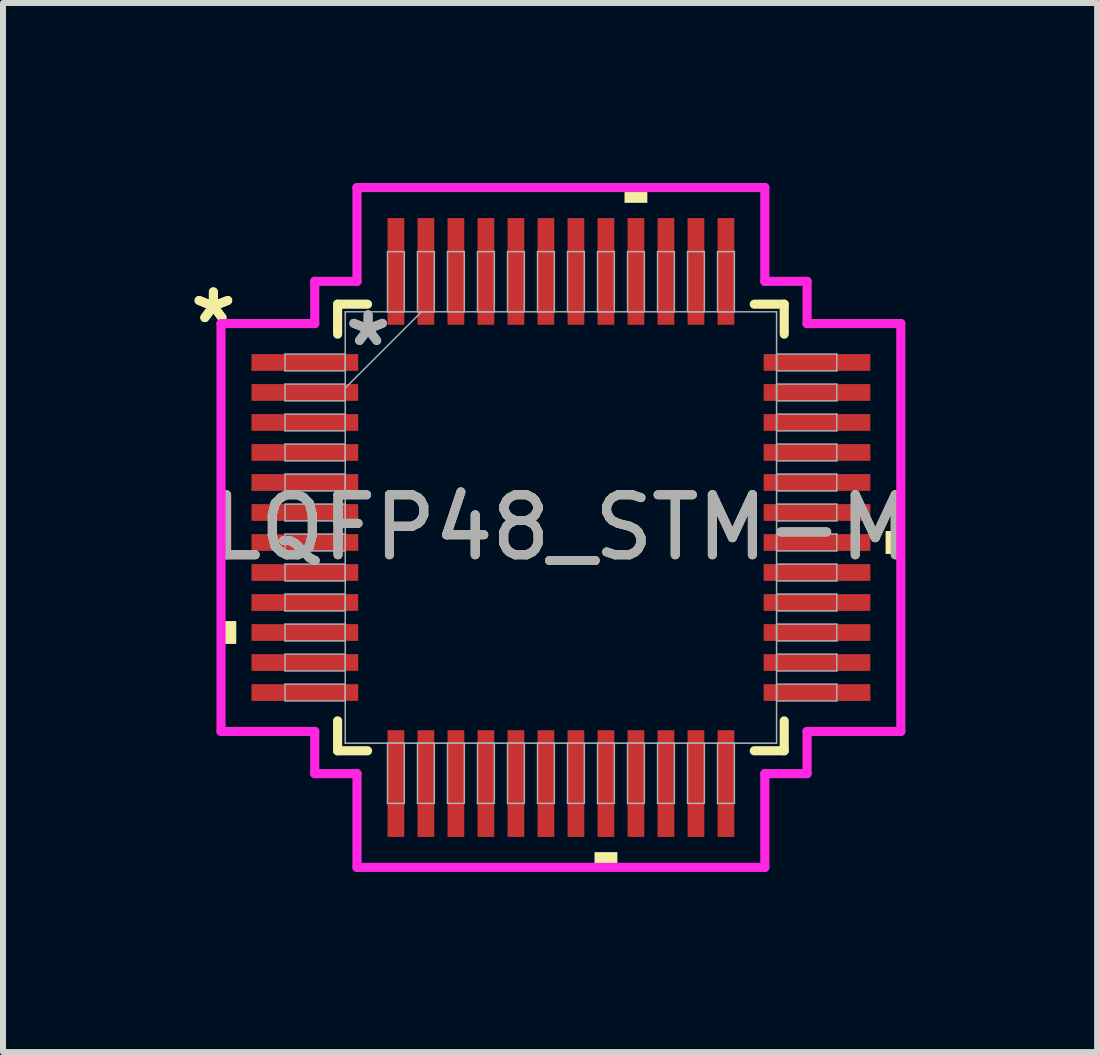
<source format=kicad_pcb>
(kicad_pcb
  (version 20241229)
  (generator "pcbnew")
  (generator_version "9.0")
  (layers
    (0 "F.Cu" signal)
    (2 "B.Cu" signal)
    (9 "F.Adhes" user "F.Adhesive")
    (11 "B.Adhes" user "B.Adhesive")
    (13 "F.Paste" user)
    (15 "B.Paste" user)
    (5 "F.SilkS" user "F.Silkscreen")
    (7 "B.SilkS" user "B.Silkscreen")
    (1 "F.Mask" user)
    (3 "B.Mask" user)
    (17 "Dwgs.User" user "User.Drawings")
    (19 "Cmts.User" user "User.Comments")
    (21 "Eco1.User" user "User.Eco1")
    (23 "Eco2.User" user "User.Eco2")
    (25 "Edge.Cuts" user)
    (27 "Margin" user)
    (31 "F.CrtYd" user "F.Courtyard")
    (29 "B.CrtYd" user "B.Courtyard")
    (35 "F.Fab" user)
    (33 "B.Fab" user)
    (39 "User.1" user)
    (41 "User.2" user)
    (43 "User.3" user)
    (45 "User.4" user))
  (footprint "LQFP48_STM-M"
    (layer "F.Cu")
    (at 6.297 5.74)
    (property "Reference" "LQFP48_STM-M" (at 0 0 0) (unlocked yes) (layer "F.SilkS") (effects (font (size 1 1) (thickness 0.15))))
    (attr smd)
    (fp_line (start -3.721 -3.721) (end -3.721 -3.222) (stroke (width 0.152) (type solid)) (layer "F.SilkS"))
    (fp_line (start -3.721 3.222) (end -3.721 3.721) (stroke (width 0.152) (type solid)) (layer "F.SilkS"))
    (fp_line (start -3.721 3.721) (end -3.222 3.721) (stroke (width 0.152) (type solid)) (layer "F.SilkS"))
    (fp_line (start -3.222 -3.721) (end -3.721 -3.721) (stroke (width 0.152) (type solid)) (layer "F.SilkS"))
    (fp_line (start 3.222 3.721) (end 3.721 3.721) (stroke (width 0.152) (type solid)) (layer "F.SilkS"))
    (fp_line (start 3.721 -3.721) (end 3.222 -3.721) (stroke (width 0.152) (type solid)) (layer "F.SilkS"))
    (fp_line (start 3.721 -3.222) (end 3.721 -3.721) (stroke (width 0.152) (type solid)) (layer "F.SilkS"))
    (fp_line (start 3.721 3.721) (end 3.721 3.222) (stroke (width 0.152) (type solid)) (layer "F.SilkS"))
    (fp_poly (pts (xy -5.664 1.559) (xy -5.664 1.94) (xy -5.41 1.94) (xy -5.41 1.559)) (stroke (width 0) (type solid)) (fill yes) (layer "F.SilkS"))
    (fp_poly (pts (xy 0.56 5.41) (xy 0.56 5.664) (xy 0.941 5.664) (xy 0.941 5.41)) (stroke (width 0) (type solid)) (fill yes) (layer "F.SilkS"))
    (fp_poly (pts (xy 1.06 -5.41) (xy 1.06 -5.664) (xy 1.44 -5.664) (xy 1.44 -5.41)) (stroke (width 0) (type solid)) (fill yes) (layer "F.SilkS"))
    (fp_poly (pts (xy 5.664 0.059) (xy 5.664 0.441) (xy 5.41 0.441) (xy 5.41 0.059)) (stroke (width 0) (type solid)) (fill yes) (layer "F.SilkS"))
    (fp_line (start -5.664 -3.398) (end -4.102 -3.398) (stroke (width 0.152) (type solid)) (layer "F.CrtYd"))
    (fp_line (start -5.664 3.398) (end -5.664 -3.398) (stroke (width 0.152) (type solid)) (layer "F.CrtYd"))
    (fp_line (start -4.102 -4.102) (end -3.398 -4.102) (stroke (width 0.152) (type solid)) (layer "F.CrtYd"))
    (fp_line (start -4.102 -3.398) (end -4.102 -4.102) (stroke (width 0.152) (type solid)) (layer "F.CrtYd"))
    (fp_line (start -4.102 3.398) (end -5.664 3.398) (stroke (width 0.152) (type solid)) (layer "F.CrtYd"))
    (fp_line (start -4.102 4.102) (end -4.102 3.398) (stroke (width 0.152) (type solid)) (layer "F.CrtYd"))
    (fp_line (start -4.102 4.102) (end -3.398 4.102) (stroke (width 0.152) (type solid)) (layer "F.CrtYd"))
    (fp_line (start -3.398 -5.664) (end 3.398 -5.664) (stroke (width 0.152) (type solid)) (layer "F.CrtYd"))
    (fp_line (start -3.398 -4.102) (end -3.398 -5.664) (stroke (width 0.152) (type solid)) (layer "F.CrtYd"))
    (fp_line (start -3.398 4.102) (end -3.398 5.664) (stroke (width 0.152) (type solid)) (layer "F.CrtYd"))
    (fp_line (start -3.398 5.664) (end 3.398 5.664) (stroke (width 0.152) (type solid)) (layer "F.CrtYd"))
    (fp_line (start 3.398 -5.664) (end 3.398 -4.102) (stroke (width 0.152) (type solid)) (layer "F.CrtYd"))
    (fp_line (start 3.398 -4.102) (end 4.102 -4.102) (stroke (width 0.152) (type solid)) (layer "F.CrtYd"))
    (fp_line (start 3.398 4.102) (end 4.102 4.102) (stroke (width 0.152) (type solid)) (layer "F.CrtYd"))
    (fp_line (start 3.398 5.664) (end 3.398 4.102) (stroke (width 0.152) (type solid)) (layer "F.CrtYd"))
    (fp_line (start 4.102 -3.398) (end 4.102 -4.102) (stroke (width 0.152) (type solid)) (layer "F.CrtYd"))
    (fp_line (start 4.102 3.398) (end 5.664 3.398) (stroke (width 0.152) (type solid)) (layer "F.CrtYd"))
    (fp_line (start 4.102 4.102) (end 4.102 3.398) (stroke (width 0.152) (type solid)) (layer "F.CrtYd"))
    (fp_line (start 5.664 -3.398) (end 4.102 -3.398) (stroke (width 0.152) (type solid)) (layer "F.CrtYd"))
    (fp_line (start 5.664 3.398) (end 5.664 -3.398) (stroke (width 0.152) (type solid)) (layer "F.CrtYd"))
    (fp_line (start -4.597 -2.89) (end -4.597 -2.61) (stroke (width 0.025) (type solid)) (layer "F.Fab"))
    (fp_line (start -4.597 -2.61) (end -3.594 -2.61) (stroke (width 0.025) (type solid)) (layer "F.Fab"))
    (fp_line (start -4.597 -2.39) (end -4.597 -2.11) (stroke (width 0.025) (type solid)) (layer "F.Fab"))
    (fp_line (start -4.597 -2.11) (end -3.594 -2.11) (stroke (width 0.025) (type solid)) (layer "F.Fab"))
    (fp_line (start -4.597 -1.89) (end -4.597 -1.61) (stroke (width 0.025) (type solid)) (layer "F.Fab"))
    (fp_line (start -4.597 -1.61) (end -3.594 -1.61) (stroke (width 0.025) (type solid)) (layer "F.Fab"))
    (fp_line (start -4.597 -1.39) (end -4.597 -1.11) (stroke (width 0.025) (type solid)) (layer "F.Fab"))
    (fp_line (start -4.597 -1.11) (end -3.594 -1.11) (stroke (width 0.025) (type solid)) (layer "F.Fab"))
    (fp_line (start -4.597 -0.89) (end -4.597 -0.61) (stroke (width 0.025) (type solid)) (layer "F.Fab"))
    (fp_line (start -4.597 -0.61) (end -3.594 -0.61) (stroke (width 0.025) (type solid)) (layer "F.Fab"))
    (fp_line (start -4.597 -0.39) (end -4.597 -0.11) (stroke (width 0.025) (type solid)) (layer "F.Fab"))
    (fp_line (start -4.597 -0.11) (end -3.594 -0.11) (stroke (width 0.025) (type solid)) (layer "F.Fab"))
    (fp_line (start -4.597 0.11) (end -4.597 0.39) (stroke (width 0.025) (type solid)) (layer "F.Fab"))
    (fp_line (start -4.597 0.39) (end -3.594 0.39) (stroke (width 0.025) (type solid)) (layer "F.Fab"))
    (fp_line (start -4.597 0.61) (end -4.597 0.89) (stroke (width 0.025) (type solid)) (layer "F.Fab"))
    (fp_line (start -4.597 0.89) (end -3.594 0.89) (stroke (width 0.025) (type solid)) (layer "F.Fab"))
    (fp_line (start -4.597 1.11) (end -4.597 1.39) (stroke (width 0.025) (type solid)) (layer "F.Fab"))
    (fp_line (start -4.597 1.39) (end -3.594 1.39) (stroke (width 0.025) (type solid)) (layer "F.Fab"))
    (fp_line (start -4.597 1.61) (end -4.597 1.89) (stroke (width 0.025) (type solid)) (layer "F.Fab"))
    (fp_line (start -4.597 1.89) (end -3.594 1.89) (stroke (width 0.025) (type solid)) (layer "F.Fab"))
    (fp_line (start -4.597 2.11) (end -4.597 2.39) (stroke (width 0.025) (type solid)) (layer "F.Fab"))
    (fp_line (start -4.597 2.39) (end -3.594 2.39) (stroke (width 0.025) (type solid)) (layer "F.Fab"))
    (fp_line (start -4.597 2.61) (end -4.597 2.89) (stroke (width 0.025) (type solid)) (layer "F.Fab"))
    (fp_line (start -4.597 2.89) (end -3.594 2.89) (stroke (width 0.025) (type solid)) (layer "F.Fab"))
    (fp_line (start -3.594 -3.594) (end -3.594 3.594) (stroke (width 0.025) (type solid)) (layer "F.Fab"))
    (fp_line (start -3.594 -2.89) (end -4.597 -2.89) (stroke (width 0.025) (type solid)) (layer "F.Fab"))
    (fp_line (start -3.594 -2.61) (end -3.594 -2.89) (stroke (width 0.025) (type solid)) (layer "F.Fab"))
    (fp_line (start -3.594 -2.39) (end -4.597 -2.39) (stroke (width 0.025) (type solid)) (layer "F.Fab"))
    (fp_line (start -3.594 -2.324) (end -2.324 -3.594) (stroke (width 0.025) (type solid)) (layer "F.Fab"))
    (fp_line (start -3.594 -2.11) (end -3.594 -2.39) (stroke (width 0.025) (type solid)) (layer "F.Fab"))
    (fp_line (start -3.594 -1.89) (end -4.597 -1.89) (stroke (width 0.025) (type solid)) (layer "F.Fab"))
    (fp_line (start -3.594 -1.61) (end -3.594 -1.89) (stroke (width 0.025) (type solid)) (layer "F.Fab"))
    (fp_line (start -3.594 -1.39) (end -4.597 -1.39) (stroke (width 0.025) (type solid)) (layer "F.Fab"))
    (fp_line (start -3.594 -1.11) (end -3.594 -1.39) (stroke (width 0.025) (type solid)) (layer "F.Fab"))
    (fp_line (start -3.594 -0.89) (end -4.597 -0.89) (stroke (width 0.025) (type solid)) (layer "F.Fab"))
    (fp_line (start -3.594 -0.61) (end -3.594 -0.89) (stroke (width 0.025) (type solid)) (layer "F.Fab"))
    (fp_line (start -3.594 -0.39) (end -4.597 -0.39) (stroke (width 0.025) (type solid)) (layer "F.Fab"))
    (fp_line (start -3.594 -0.11) (end -3.594 -0.39) (stroke (width 0.025) (type solid)) (layer "F.Fab"))
    (fp_line (start -3.594 0.11) (end -4.597 0.11) (stroke (width 0.025) (type solid)) (layer "F.Fab"))
    (fp_line (start -3.594 0.39) (end -3.594 0.11) (stroke (width 0.025) (type solid)) (layer "F.Fab"))
    (fp_line (start -3.594 0.61) (end -4.597 0.61) (stroke (width 0.025) (type solid)) (layer "F.Fab"))
    (fp_line (start -3.594 0.89) (end -3.594 0.61) (stroke (width 0.025) (type solid)) (layer "F.Fab"))
    (fp_line (start -3.594 1.11) (end -4.597 1.11) (stroke (width 0.025) (type solid)) (layer "F.Fab"))
    (fp_line (start -3.594 1.39) (end -3.594 1.11) (stroke (width 0.025) (type solid)) (layer "F.Fab"))
    (fp_line (start -3.594 1.61) (end -4.597 1.61) (stroke (width 0.025) (type solid)) (layer "F.Fab"))
    (fp_line (start -3.594 1.89) (end -3.594 1.61) (stroke (width 0.025) (type solid)) (layer "F.Fab"))
    (fp_line (start -3.594 2.11) (end -4.597 2.11) (stroke (width 0.025) (type solid)) (layer "F.Fab"))
    (fp_line (start -3.594 2.39) (end -3.594 2.11) (stroke (width 0.025) (type solid)) (layer "F.Fab"))
    (fp_line (start -3.594 2.61) (end -4.597 2.61) (stroke (width 0.025) (type solid)) (layer "F.Fab"))
    (fp_line (start -3.594 2.89) (end -3.594 2.61) (stroke (width 0.025) (type solid)) (layer "F.Fab"))
    (fp_line (start -3.594 3.594) (end 3.594 3.594) (stroke (width 0.025) (type solid)) (layer "F.Fab"))
    (fp_line (start -2.89 -4.597) (end -2.89 -3.594) (stroke (width 0.025) (type solid)) (layer "F.Fab"))
    (fp_line (start -2.89 -3.594) (end -2.61 -3.594) (stroke (width 0.025) (type solid)) (layer "F.Fab"))
    (fp_line (start -2.89 3.594) (end -2.89 4.597) (stroke (width 0.025) (type solid)) (layer "F.Fab"))
    (fp_line (start -2.89 4.597) (end -2.61 4.597) (stroke (width 0.025) (type solid)) (layer "F.Fab"))
    (fp_line (start -2.61 -4.597) (end -2.89 -4.597) (stroke (width 0.025) (type solid)) (layer "F.Fab"))
    (fp_line (start -2.61 -3.594) (end -2.61 -4.597) (stroke (width 0.025) (type solid)) (layer "F.Fab"))
    (fp_line (start -2.61 3.594) (end -2.89 3.594) (stroke (width 0.025) (type solid)) (layer "F.Fab"))
    (fp_line (start -2.61 4.597) (end -2.61 3.594) (stroke (width 0.025) (type solid)) (layer "F.Fab"))
    (fp_line (start -2.39 -4.597) (end -2.39 -3.594) (stroke (width 0.025) (type solid)) (layer "F.Fab"))
    (fp_line (start -2.39 -3.594) (end -2.11 -3.594) (stroke (width 0.025) (type solid)) (layer "F.Fab"))
    (fp_line (start -2.39 3.594) (end -2.39 4.597) (stroke (width 0.025) (type solid)) (layer "F.Fab"))
    (fp_line (start -2.39 4.597) (end -2.11 4.597) (stroke (width 0.025) (type solid)) (layer "F.Fab"))
    (fp_line (start -2.11 -4.597) (end -2.39 -4.597) (stroke (width 0.025) (type solid)) (layer "F.Fab"))
    (fp_line (start -2.11 -3.594) (end -2.11 -4.597) (stroke (width 0.025) (type solid)) (layer "F.Fab"))
    (fp_line (start -2.11 3.594) (end -2.39 3.594) (stroke (width 0.025) (type solid)) (layer "F.Fab"))
    (fp_line (start -2.11 4.597) (end -2.11 3.594) (stroke (width 0.025) (type solid)) (layer "F.Fab"))
    (fp_line (start -1.89 -4.597) (end -1.89 -3.594) (stroke (width 0.025) (type solid)) (layer "F.Fab"))
    (fp_line (start -1.89 -3.594) (end -1.61 -3.594) (stroke (width 0.025) (type solid)) (layer "F.Fab"))
    (fp_line (start -1.89 3.594) (end -1.89 4.597) (stroke (width 0.025) (type solid)) (layer "F.Fab"))
    (fp_line (start -1.89 4.597) (end -1.61 4.597) (stroke (width 0.025) (type solid)) (layer "F.Fab"))
    (fp_line (start -1.61 -4.597) (end -1.89 -4.597) (stroke (width 0.025) (type solid)) (layer "F.Fab"))
    (fp_line (start -1.61 -3.594) (end -1.61 -4.597) (stroke (width 0.025) (type solid)) (layer "F.Fab"))
    (fp_line (start -1.61 3.594) (end -1.89 3.594) (stroke (width 0.025) (type solid)) (layer "F.Fab"))
    (fp_line (start -1.61 4.597) (end -1.61 3.594) (stroke (width 0.025) (type solid)) (layer "F.Fab"))
    (fp_line (start -1.39 -4.597) (end -1.39 -3.594) (stroke (width 0.025) (type solid)) (layer "F.Fab"))
    (fp_line (start -1.39 -3.594) (end -1.11 -3.594) (stroke (width 0.025) (type solid)) (layer "F.Fab"))
    (fp_line (start -1.39 3.594) (end -1.39 4.597) (stroke (width 0.025) (type solid)) (layer "F.Fab"))
    (fp_line (start -1.39 4.597) (end -1.11 4.597) (stroke (width 0.025) (type solid)) (layer "F.Fab"))
    (fp_line (start -1.11 -4.597) (end -1.39 -4.597) (stroke (width 0.025) (type solid)) (layer "F.Fab"))
    (fp_line (start -1.11 -3.594) (end -1.11 -4.597) (stroke (width 0.025) (type solid)) (layer "F.Fab"))
    (fp_line (start -1.11 3.594) (end -1.39 3.594) (stroke (width 0.025) (type solid)) (layer "F.Fab"))
    (fp_line (start -1.11 4.597) (end -1.11 3.594) (stroke (width 0.025) (type solid)) (layer "F.Fab"))
    (fp_line (start -0.89 -4.597) (end -0.89 -3.594) (stroke (width 0.025) (type solid)) (layer "F.Fab"))
    (fp_line (start -0.89 -3.594) (end -0.61 -3.594) (stroke (width 0.025) (type solid)) (layer "F.Fab"))
    (fp_line (start -0.89 3.594) (end -0.89 4.597) (stroke (width 0.025) (type solid)) (layer "F.Fab"))
    (fp_line (start -0.89 4.597) (end -0.61 4.597) (stroke (width 0.025) (type solid)) (layer "F.Fab"))
    (fp_line (start -0.61 -4.597) (end -0.89 -4.597) (stroke (width 0.025) (type solid)) (layer "F.Fab"))
    (fp_line (start -0.61 -3.594) (end -0.61 -4.597) (stroke (width 0.025) (type solid)) (layer "F.Fab"))
    (fp_line (start -0.61 3.594) (end -0.89 3.594) (stroke (width 0.025) (type solid)) (layer "F.Fab"))
    (fp_line (start -0.61 4.597) (end -0.61 3.594) (stroke (width 0.025) (type solid)) (layer "F.Fab"))
    (fp_line (start -0.39 -4.597) (end -0.39 -3.594) (stroke (width 0.025) (type solid)) (layer "F.Fab"))
    (fp_line (start -0.39 -3.594) (end -0.11 -3.594) (stroke (width 0.025) (type solid)) (layer "F.Fab"))
    (fp_line (start -0.39 3.594) (end -0.39 4.597) (stroke (width 0.025) (type solid)) (layer "F.Fab"))
    (fp_line (start -0.39 4.597) (end -0.11 4.597) (stroke (width 0.025) (type solid)) (layer "F.Fab"))
    (fp_line (start -0.11 -4.597) (end -0.39 -4.597) (stroke (width 0.025) (type solid)) (layer "F.Fab"))
    (fp_line (start -0.11 -3.594) (end -0.11 -4.597) (stroke (width 0.025) (type solid)) (layer "F.Fab"))
    (fp_line (start -0.11 3.594) (end -0.39 3.594) (stroke (width 0.025) (type solid)) (layer "F.Fab"))
    (fp_line (start -0.11 4.597) (end -0.11 3.594) (stroke (width 0.025) (type solid)) (layer "F.Fab"))
    (fp_line (start 0.11 -4.597) (end 0.11 -3.594) (stroke (width 0.025) (type solid)) (layer "F.Fab"))
    (fp_line (start 0.11 -3.594) (end 0.39 -3.594) (stroke (width 0.025) (type solid)) (layer "F.Fab"))
    (fp_line (start 0.11 3.594) (end 0.11 4.597) (stroke (width 0.025) (type solid)) (layer "F.Fab"))
    (fp_line (start 0.11 4.597) (end 0.39 4.597) (stroke (width 0.025) (type solid)) (layer "F.Fab"))
    (fp_line (start 0.39 -4.597) (end 0.11 -4.597) (stroke (width 0.025) (type solid)) (layer "F.Fab"))
    (fp_line (start 0.39 -3.594) (end 0.39 -4.597) (stroke (width 0.025) (type solid)) (layer "F.Fab"))
    (fp_line (start 0.39 3.594) (end 0.11 3.594) (stroke (width 0.025) (type solid)) (layer "F.Fab"))
    (fp_line (start 0.39 4.597) (end 0.39 3.594) (stroke (width 0.025) (type solid)) (layer "F.Fab"))
    (fp_line (start 0.61 -4.597) (end 0.61 -3.594) (stroke (width 0.025) (type solid)) (layer "F.Fab"))
    (fp_line (start 0.61 -3.594) (end 0.89 -3.594) (stroke (width 0.025) (type solid)) (layer "F.Fab"))
    (fp_line (start 0.61 3.594) (end 0.61 4.597) (stroke (width 0.025) (type solid)) (layer "F.Fab"))
    (fp_line (start 0.61 4.597) (end 0.89 4.597) (stroke (width 0.025) (type solid)) (layer "F.Fab"))
    (fp_line (start 0.89 -4.597) (end 0.61 -4.597) (stroke (width 0.025) (type solid)) (layer "F.Fab"))
    (fp_line (start 0.89 -3.594) (end 0.89 -4.597) (stroke (width 0.025) (type solid)) (layer "F.Fab"))
    (fp_line (start 0.89 3.594) (end 0.61 3.594) (stroke (width 0.025) (type solid)) (layer "F.Fab"))
    (fp_line (start 0.89 4.597) (end 0.89 3.594) (stroke (width 0.025) (type solid)) (layer "F.Fab"))
    (fp_line (start 1.11 -4.597) (end 1.11 -3.594) (stroke (width 0.025) (type solid)) (layer "F.Fab"))
    (fp_line (start 1.11 -3.594) (end 1.39 -3.594) (stroke (width 0.025) (type solid)) (layer "F.Fab"))
    (fp_line (start 1.11 3.594) (end 1.11 4.597) (stroke (width 0.025) (type solid)) (layer "F.Fab"))
    (fp_line (start 1.11 4.597) (end 1.39 4.597) (stroke (width 0.025) (type solid)) (layer "F.Fab"))
    (fp_line (start 1.39 -4.597) (end 1.11 -4.597) (stroke (width 0.025) (type solid)) (layer "F.Fab"))
    (fp_line (start 1.39 -3.594) (end 1.39 -4.597) (stroke (width 0.025) (type solid)) (layer "F.Fab"))
    (fp_line (start 1.39 3.594) (end 1.11 3.594) (stroke (width 0.025) (type solid)) (layer "F.Fab"))
    (fp_line (start 1.39 4.597) (end 1.39 3.594) (stroke (width 0.025) (type solid)) (layer "F.Fab"))
    (fp_line (start 1.61 -4.597) (end 1.61 -3.594) (stroke (width 0.025) (type solid)) (layer "F.Fab"))
    (fp_line (start 1.61 -3.594) (end 1.89 -3.594) (stroke (width 0.025) (type solid)) (layer "F.Fab"))
    (fp_line (start 1.61 3.594) (end 1.61 4.597) (stroke (width 0.025) (type solid)) (layer "F.Fab"))
    (fp_line (start 1.61 4.597) (end 1.89 4.597) (stroke (width 0.025) (type solid)) (layer "F.Fab"))
    (fp_line (start 1.89 -4.597) (end 1.61 -4.597) (stroke (width 0.025) (type solid)) (layer "F.Fab"))
    (fp_line (start 1.89 -3.594) (end 1.89 -4.597) (stroke (width 0.025) (type solid)) (layer "F.Fab"))
    (fp_line (start 1.89 3.594) (end 1.61 3.594) (stroke (width 0.025) (type solid)) (layer "F.Fab"))
    (fp_line (start 1.89 4.597) (end 1.89 3.594) (stroke (width 0.025) (type solid)) (layer "F.Fab"))
    (fp_line (start 2.11 -4.597) (end 2.11 -3.594) (stroke (width 0.025) (type solid)) (layer "F.Fab"))
    (fp_line (start 2.11 -3.594) (end 2.39 -3.594) (stroke (width 0.025) (type solid)) (layer "F.Fab"))
    (fp_line (start 2.11 3.594) (end 2.11 4.597) (stroke (width 0.025) (type solid)) (layer "F.Fab"))
    (fp_line (start 2.11 4.597) (end 2.39 4.597) (stroke (width 0.025) (type solid)) (layer "F.Fab"))
    (fp_line (start 2.39 -4.597) (end 2.11 -4.597) (stroke (width 0.025) (type solid)) (layer "F.Fab"))
    (fp_line (start 2.39 -3.594) (end 2.39 -4.597) (stroke (width 0.025) (type solid)) (layer "F.Fab"))
    (fp_line (start 2.39 3.594) (end 2.11 3.594) (stroke (width 0.025) (type solid)) (layer "F.Fab"))
    (fp_line (start 2.39 4.597) (end 2.39 3.594) (stroke (width 0.025) (type solid)) (layer "F.Fab"))
    (fp_line (start 2.61 -4.597) (end 2.61 -3.594) (stroke (width 0.025) (type solid)) (layer "F.Fab"))
    (fp_line (start 2.61 -3.594) (end 2.89 -3.594) (stroke (width 0.025) (type solid)) (layer "F.Fab"))
    (fp_line (start 2.61 3.594) (end 2.61 4.597) (stroke (width 0.025) (type solid)) (layer "F.Fab"))
    (fp_line (start 2.61 4.597) (end 2.89 4.597) (stroke (width 0.025) (type solid)) (layer "F.Fab"))
    (fp_line (start 2.89 -4.597) (end 2.61 -4.597) (stroke (width 0.025) (type solid)) (layer "F.Fab"))
    (fp_line (start 2.89 -3.594) (end 2.89 -4.597) (stroke (width 0.025) (type solid)) (layer "F.Fab"))
    (fp_line (start 2.89 3.594) (end 2.61 3.594) (stroke (width 0.025) (type solid)) (layer "F.Fab"))
    (fp_line (start 2.89 4.597) (end 2.89 3.594) (stroke (width 0.025) (type solid)) (layer "F.Fab"))
    (fp_line (start 3.594 -3.594) (end -3.594 -3.594) (stroke (width 0.025) (type solid)) (layer "F.Fab"))
    (fp_line (start 3.594 -2.89) (end 3.594 -2.61) (stroke (width 0.025) (type solid)) (layer "F.Fab"))
    (fp_line (start 3.594 -2.61) (end 4.597 -2.61) (stroke (width 0.025) (type solid)) (layer "F.Fab"))
    (fp_line (start 3.594 -2.39) (end 3.594 -2.11) (stroke (width 0.025) (type solid)) (layer "F.Fab"))
    (fp_line (start 3.594 -2.11) (end 4.597 -2.11) (stroke (width 0.025) (type solid)) (layer "F.Fab"))
    (fp_line (start 3.594 -1.89) (end 3.594 -1.61) (stroke (width 0.025) (type solid)) (layer "F.Fab"))
    (fp_line (start 3.594 -1.61) (end 4.597 -1.61) (stroke (width 0.025) (type solid)) (layer "F.Fab"))
    (fp_line (start 3.594 -1.39) (end 3.594 -1.11) (stroke (width 0.025) (type solid)) (layer "F.Fab"))
    (fp_line (start 3.594 -1.11) (end 4.597 -1.11) (stroke (width 0.025) (type solid)) (layer "F.Fab"))
    (fp_line (start 3.594 -0.89) (end 3.594 -0.61) (stroke (width 0.025) (type solid)) (layer "F.Fab"))
    (fp_line (start 3.594 -0.61) (end 4.597 -0.61) (stroke (width 0.025) (type solid)) (layer "F.Fab"))
    (fp_line (start 3.594 -0.39) (end 3.594 -0.11) (stroke (width 0.025) (type solid)) (layer "F.Fab"))
    (fp_line (start 3.594 -0.11) (end 4.597 -0.11) (stroke (width 0.025) (type solid)) (layer "F.Fab"))
    (fp_line (start 3.594 0.11) (end 3.594 0.39) (stroke (width 0.025) (type solid)) (layer "F.Fab"))
    (fp_line (start 3.594 0.39) (end 4.597 0.39) (stroke (width 0.025) (type solid)) (layer "F.Fab"))
    (fp_line (start 3.594 0.61) (end 3.594 0.89) (stroke (width 0.025) (type solid)) (layer "F.Fab"))
    (fp_line (start 3.594 0.89) (end 4.597 0.89) (stroke (width 0.025) (type solid)) (layer "F.Fab"))
    (fp_line (start 3.594 1.11) (end 3.594 1.39) (stroke (width 0.025) (type solid)) (layer "F.Fab"))
    (fp_line (start 3.594 1.39) (end 4.597 1.39) (stroke (width 0.025) (type solid)) (layer "F.Fab"))
    (fp_line (start 3.594 1.61) (end 3.594 1.89) (stroke (width 0.025) (type solid)) (layer "F.Fab"))
    (fp_line (start 3.594 1.89) (end 4.597 1.89) (stroke (width 0.025) (type solid)) (layer "F.Fab"))
    (fp_line (start 3.594 2.11) (end 3.594 2.39) (stroke (width 0.025) (type solid)) (layer "F.Fab"))
    (fp_line (start 3.594 2.39) (end 4.597 2.39) (stroke (width 0.025) (type solid)) (layer "F.Fab"))
    (fp_line (start 3.594 2.61) (end 3.594 2.89) (stroke (width 0.025) (type solid)) (layer "F.Fab"))
    (fp_line (start 3.594 2.89) (end 4.597 2.89) (stroke (width 0.025) (type solid)) (layer "F.Fab"))
    (fp_line (start 3.594 3.594) (end 3.594 -3.594) (stroke (width 0.025) (type solid)) (layer "F.Fab"))
    (fp_line (start 4.597 -2.89) (end 3.594 -2.89) (stroke (width 0.025) (type solid)) (layer "F.Fab"))
    (fp_line (start 4.597 -2.61) (end 4.597 -2.89) (stroke (width 0.025) (type solid)) (layer "F.Fab"))
    (fp_line (start 4.597 -2.39) (end 3.594 -2.39) (stroke (width 0.025) (type solid)) (layer "F.Fab"))
    (fp_line (start 4.597 -2.11) (end 4.597 -2.39) (stroke (width 0.025) (type solid)) (layer "F.Fab"))
    (fp_line (start 4.597 -1.89) (end 3.594 -1.89) (stroke (width 0.025) (type solid)) (layer "F.Fab"))
    (fp_line (start 4.597 -1.61) (end 4.597 -1.89) (stroke (width 0.025) (type solid)) (layer "F.Fab"))
    (fp_line (start 4.597 -1.39) (end 3.594 -1.39) (stroke (width 0.025) (type solid)) (layer "F.Fab"))
    (fp_line (start 4.597 -1.11) (end 4.597 -1.39) (stroke (width 0.025) (type solid)) (layer "F.Fab"))
    (fp_line (start 4.597 -0.89) (end 3.594 -0.89) (stroke (width 0.025) (type solid)) (layer "F.Fab"))
    (fp_line (start 4.597 -0.61) (end 4.597 -0.89) (stroke (width 0.025) (type solid)) (layer "F.Fab"))
    (fp_line (start 4.597 -0.39) (end 3.594 -0.39) (stroke (width 0.025) (type solid)) (layer "F.Fab"))
    (fp_line (start 4.597 -0.11) (end 4.597 -0.39) (stroke (width 0.025) (type solid)) (layer "F.Fab"))
    (fp_line (start 4.597 0.11) (end 3.594 0.11) (stroke (width 0.025) (type solid)) (layer "F.Fab"))
    (fp_line (start 4.597 0.39) (end 4.597 0.11) (stroke (width 0.025) (type solid)) (layer "F.Fab"))
    (fp_line (start 4.597 0.61) (end 3.594 0.61) (stroke (width 0.025) (type solid)) (layer "F.Fab"))
    (fp_line (start 4.597 0.89) (end 4.597 0.61) (stroke (width 0.025) (type solid)) (layer "F.Fab"))
    (fp_line (start 4.597 1.11) (end 3.594 1.11) (stroke (width 0.025) (type solid)) (layer "F.Fab"))
    (fp_line (start 4.597 1.39) (end 4.597 1.11) (stroke (width 0.025) (type solid)) (layer "F.Fab"))
    (fp_line (start 4.597 1.61) (end 3.594 1.61) (stroke (width 0.025) (type solid)) (layer "F.Fab"))
    (fp_line (start 4.597 1.89) (end 4.597 1.61) (stroke (width 0.025) (type solid)) (layer "F.Fab"))
    (fp_line (start 4.597 2.11) (end 3.594 2.11) (stroke (width 0.025) (type solid)) (layer "F.Fab"))
    (fp_line (start 4.597 2.39) (end 4.597 2.11) (stroke (width 0.025) (type solid)) (layer "F.Fab"))
    (fp_line (start 4.597 2.61) (end 3.594 2.61) (stroke (width 0.025) (type solid)) (layer "F.Fab"))
    (fp_line (start 4.597 2.89) (end 4.597 2.61) (stroke (width 0.025) (type solid)) (layer "F.Fab"))
    (fp_text user "*" (at -5.791 -3.381 0) (layer "F.SilkS") (effects (font (size 1 1) (thickness 0.15))))
    (fp_text user "*" (at -5.791 -3.381 0) (unlocked yes) (layer "F.SilkS") (effects (font (size 1 1) (thickness 0.15))))
    (fp_text user "${REFERENCE}" (at 0 0 0) (unlocked yes) (layer "F.Fab") (effects (font (size 1 1) (thickness 0.15))))
    (fp_text user "*" (at -3.213 -3 0) (unlocked yes) (layer "F.Fab") (effects (font (size 1 1) (thickness 0.15))))
    (fp_text user "*" (at -3.213 -3 0) (layer "F.Fab") (effects (font (size 1 1) (thickness 0.15))))
    (pad "1" smd rect (at -4.267 -2.75 90) (size 0.279 1.778) (layers "F.Cu" "F.Mask" "F.Paste"))
    (pad "2" smd rect (at -4.267 -2.25 90) (size 0.279 1.778) (layers "F.Cu" "F.Mask" "F.Paste"))
    (pad "3" smd rect (at -4.267 -1.75 90) (size 0.279 1.778) (layers "F.Cu" "F.Mask" "F.Paste"))
    (pad "4" smd rect (at -4.267 -1.25 90) (size 0.279 1.778) (layers "F.Cu" "F.Mask" "F.Paste"))
    (pad "5" smd rect (at -4.267 -0.75 90) (size 0.279 1.778) (layers "F.Cu" "F.Mask" "F.Paste"))
    (pad "6" smd rect (at -4.267 -0.25 90) (size 0.279 1.778) (layers "F.Cu" "F.Mask" "F.Paste"))
    (pad "7" smd rect (at -4.267 0.25 90) (size 0.279 1.778) (layers "F.Cu" "F.Mask" "F.Paste"))
    (pad "8" smd rect (at -4.267 0.75 90) (size 0.279 1.778) (layers "F.Cu" "F.Mask" "F.Paste"))
    (pad "9" smd rect (at -4.267 1.25 90) (size 0.279 1.778) (layers "F.Cu" "F.Mask" "F.Paste"))
    (pad "10" smd rect (at -4.267 1.75 90) (size 0.279 1.778) (layers "F.Cu" "F.Mask" "F.Paste"))
    (pad "11" smd rect (at -4.267 2.25 90) (size 0.279 1.778) (layers "F.Cu" "F.Mask" "F.Paste"))
    (pad "12" smd rect (at -4.267 2.75 90) (size 0.279 1.778) (layers "F.Cu" "F.Mask" "F.Paste"))
    (pad "13" smd rect (at -2.75 4.267) (size 0.279 1.778) (layers "F.Cu" "F.Mask" "F.Paste"))
    (pad "14" smd rect (at -2.25 4.267) (size 0.279 1.778) (layers "F.Cu" "F.Mask" "F.Paste"))
    (pad "15" smd rect (at -1.75 4.267) (size 0.279 1.778) (layers "F.Cu" "F.Mask" "F.Paste"))
    (pad "16" smd rect (at -1.25 4.267) (size 0.279 1.778) (layers "F.Cu" "F.Mask" "F.Paste"))
    (pad "17" smd rect (at -0.75 4.267) (size 0.279 1.778) (layers "F.Cu" "F.Mask" "F.Paste"))
    (pad "18" smd rect (at -0.25 4.267) (size 0.279 1.778) (layers "F.Cu" "F.Mask" "F.Paste"))
    (pad "19" smd rect (at 0.25 4.267) (size 0.279 1.778) (layers "F.Cu" "F.Mask" "F.Paste"))
    (pad "20" smd rect (at 0.75 4.267) (size 0.279 1.778) (layers "F.Cu" "F.Mask" "F.Paste"))
    (pad "21" smd rect (at 1.25 4.267) (size 0.279 1.778) (layers "F.Cu" "F.Mask" "F.Paste"))
    (pad "22" smd rect (at 1.75 4.267) (size 0.279 1.778) (layers "F.Cu" "F.Mask" "F.Paste"))
    (pad "23" smd rect (at 2.25 4.267) (size 0.279 1.778) (layers "F.Cu" "F.Mask" "F.Paste"))
    (pad "24" smd rect (at 2.75 4.267) (size 0.279 1.778) (layers "F.Cu" "F.Mask" "F.Paste"))
    (pad "25" smd rect (at 4.267 2.75 90) (size 0.279 1.778) (layers "F.Cu" "F.Mask" "F.Paste"))
    (pad "26" smd rect (at 4.267 2.25 90) (size 0.279 1.778) (layers "F.Cu" "F.Mask" "F.Paste"))
    (pad "27" smd rect (at 4.267 1.75 90) (size 0.279 1.778) (layers "F.Cu" "F.Mask" "F.Paste"))
    (pad "28" smd rect (at 4.267 1.25 90) (size 0.279 1.778) (layers "F.Cu" "F.Mask" "F.Paste"))
    (pad "29" smd rect (at 4.267 0.75 90) (size 0.279 1.778) (layers "F.Cu" "F.Mask" "F.Paste"))
    (pad "30" smd rect (at 4.267 0.25 90) (size 0.279 1.778) (layers "F.Cu" "F.Mask" "F.Paste"))
    (pad "31" smd rect (at 4.267 -0.25 90) (size 0.279 1.778) (layers "F.Cu" "F.Mask" "F.Paste"))
    (pad "32" smd rect (at 4.267 -0.75 90) (size 0.279 1.778) (layers "F.Cu" "F.Mask" "F.Paste"))
    (pad "33" smd rect (at 4.267 -1.25 90) (size 0.279 1.778) (layers "F.Cu" "F.Mask" "F.Paste"))
    (pad "34" smd rect (at 4.267 -1.75 90) (size 0.279 1.778) (layers "F.Cu" "F.Mask" "F.Paste"))
    (pad "35" smd rect (at 4.267 -2.25 90) (size 0.279 1.778) (layers "F.Cu" "F.Mask" "F.Paste"))
    (pad "36" smd rect (at 4.267 -2.75 90) (size 0.279 1.778) (layers "F.Cu" "F.Mask" "F.Paste"))
    (pad "37" smd rect (at 2.75 -4.267) (size 0.279 1.778) (layers "F.Cu" "F.Mask" "F.Paste"))
    (pad "38" smd rect (at 2.25 -4.267) (size 0.279 1.778) (layers "F.Cu" "F.Mask" "F.Paste"))
    (pad "39" smd rect (at 1.75 -4.267) (size 0.279 1.778) (layers "F.Cu" "F.Mask" "F.Paste"))
    (pad "40" smd rect (at 1.25 -4.267) (size 0.279 1.778) (layers "F.Cu" "F.Mask" "F.Paste"))
    (pad "41" smd rect (at 0.75 -4.267) (size 0.279 1.778) (layers "F.Cu" "F.Mask" "F.Paste"))
    (pad "42" smd rect (at 0.25 -4.267) (size 0.279 1.778) (layers "F.Cu" "F.Mask" "F.Paste"))
    (pad "43" smd rect (at -0.25 -4.267) (size 0.279 1.778) (layers "F.Cu" "F.Mask" "F.Paste"))
    (pad "44" smd rect (at -0.75 -4.267) (size 0.279 1.778) (layers "F.Cu" "F.Mask" "F.Paste"))
    (pad "45" smd rect (at -1.25 -4.267) (size 0.279 1.778) (layers "F.Cu" "F.Mask" "F.Paste"))
    (pad "46" smd rect (at -1.75 -4.267) (size 0.279 1.778) (layers "F.Cu" "F.Mask" "F.Paste"))
    (pad "47" smd rect (at -2.25 -4.267) (size 0.279 1.778) (layers "F.Cu" "F.Mask" "F.Paste"))
    (pad "48" smd rect (at -2.75 -4.267) (size 0.279 1.778) (layers "F.Cu" "F.Mask" "F.Paste")))
  (gr_rect
    (start -3 -3)
    (end 15.232 14.481)
    (stroke (width 0.1) (type default))
    (fill no)
    (layer "Edge.Cuts")))
</source>
